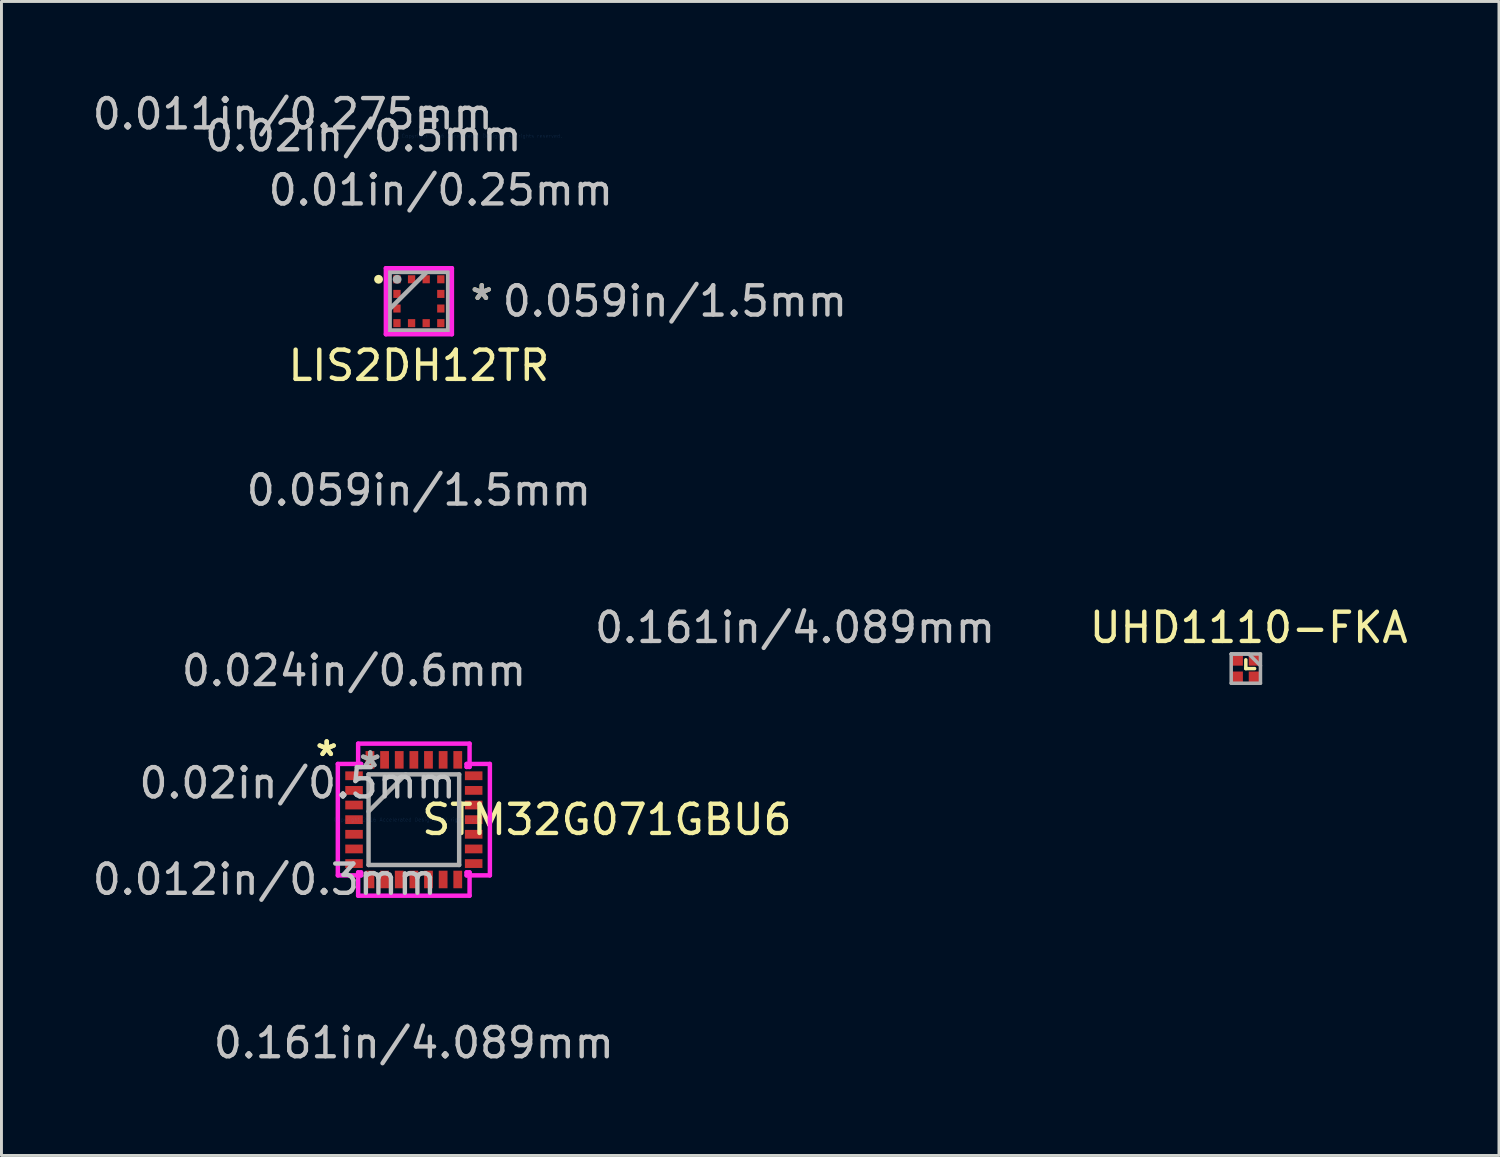
<source format=kicad_pcb>
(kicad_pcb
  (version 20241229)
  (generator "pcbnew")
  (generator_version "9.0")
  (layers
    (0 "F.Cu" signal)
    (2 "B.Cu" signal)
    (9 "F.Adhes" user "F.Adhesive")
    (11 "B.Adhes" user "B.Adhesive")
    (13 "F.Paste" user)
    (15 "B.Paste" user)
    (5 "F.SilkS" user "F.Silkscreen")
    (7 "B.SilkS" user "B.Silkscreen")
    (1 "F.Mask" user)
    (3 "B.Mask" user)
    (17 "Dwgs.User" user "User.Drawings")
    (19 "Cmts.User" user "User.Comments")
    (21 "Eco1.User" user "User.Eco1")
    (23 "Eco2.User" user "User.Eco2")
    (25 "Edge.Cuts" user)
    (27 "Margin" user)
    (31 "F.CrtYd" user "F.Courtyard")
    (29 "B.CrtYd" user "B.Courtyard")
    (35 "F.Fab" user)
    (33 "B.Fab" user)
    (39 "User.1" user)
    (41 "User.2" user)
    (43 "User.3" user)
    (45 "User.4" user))
  (footprint "LIS2DH12TR"
    (layer "F.Cu")
    (at 11.271 7.248)
    (property "Reference" "LIS2DH12TR" (at 0 2.2 0) (layer "F.SilkS") (effects (font (size 1 1) (thickness 0.15))))
    (attr through_hole)
    (fp_circle (center -1.379 -0.75) (end -1.303 -0.75) (stroke (width 0.152) (type solid)) (fill no) (layer "F.SilkS"))
    (fp_line (start -1.129 -1.129) (end 1.129 -1.129) (stroke (width 0.152) (type solid)) (layer "F.CrtYd"))
    (fp_line (start -1.129 1.129) (end -1.129 -1.129) (stroke (width 0.152) (type solid)) (layer "F.CrtYd"))
    (fp_line (start 1.129 -1.129) (end 1.129 1.129) (stroke (width 0.152) (type solid)) (layer "F.CrtYd"))
    (fp_line (start 1.129 1.129) (end -1.129 1.129) (stroke (width 0.152) (type solid)) (layer "F.CrtYd"))
    (fp_line (start -1 -1) (end -1 1) (stroke (width 0.152) (type solid)) (layer "F.Fab"))
    (fp_line (start -1 0.27) (end 0.27 -1) (stroke (width 0.152) (type solid)) (layer "F.Fab"))
    (fp_line (start -1 1) (end 1 1) (stroke (width 0.152) (type solid)) (layer "F.Fab"))
    (fp_line (start 1 -1) (end -1 -1) (stroke (width 0.152) (type solid)) (layer "F.Fab"))
    (fp_line (start 1 1) (end 1 -1) (stroke (width 0.152) (type solid)) (layer "F.Fab"))
    (fp_circle (center -0.744 -0.75) (end -0.668 -0.75) (stroke (width 0.152) (type solid)) (fill no) (layer "F.Fab"))
    (fp_text user "*" (at 2.15 0 0) (layer "F.SilkS") (effects (font (size 1 1) (thickness 0.15))))
    (fp_text user "0.059in/1.5mm" (at 8.753 0 0) (layer "Dwgs.User") (effects (font (size 1 1) (thickness 0.15))))
    (fp_text user "0.059in/1.5mm" (at 0 6.463 0) (layer "Dwgs.User") (effects (font (size 1 1) (thickness 0.15))))
    (fp_text user "0.011in/0.275mm" (at -4.313 -6.4 0) (layer "Dwgs.User") (effects (font (size 1 1) (thickness 0.15))))
    (fp_text user "0.02in/0.5mm" (at -1.898 -5.65 0) (layer "Dwgs.User") (effects (font (size 1 1) (thickness 0.15))))
    (fp_text user "0.01in/0.25mm" (at 0.75 -3.798 0) (layer "Dwgs.User") (effects (font (size 1 1) (thickness 0.15))))
    (fp_text user "Copyright 2016 Accelerated Designs. All rights reserved." (at 2.15 -5.65 0) (layer "Cmts.User") (effects (font (size 0.127 0.127) (thickness 0.002))))
    (fp_text user "*" (at 2.15 0 0) (layer "F.Fab") (effects (font (size 1 1) (thickness 0.15))))
    (pad "1" smd rect (at -0.75 -0.75) (size 0.25 0.275) (layers "F.Cu" "F.Mask" "F.Paste"))
    (pad "2" smd rect (at -0.75 -0.25) (size 0.25 0.275) (layers "F.Cu" "F.Mask" "F.Paste"))
    (pad "3" smd rect (at -0.75 0.25) (size 0.25 0.275) (layers "F.Cu" "F.Mask" "F.Paste"))
    (pad "4" smd rect (at -0.75 0.75) (size 0.25 0.275) (layers "F.Cu" "F.Mask" "F.Paste"))
    (pad "5" smd rect (at -0.25 0.75 90) (size 0.275 0.25) (layers "F.Cu" "F.Mask" "F.Paste"))
    (pad "6" smd rect (at 0.25 0.75 90) (size 0.275 0.25) (layers "F.Cu" "F.Mask" "F.Paste"))
    (pad "7" smd rect (at 0.75 0.75) (size 0.25 0.275) (layers "F.Cu" "F.Mask" "F.Paste"))
    (pad "8" smd rect (at 0.75 0.25) (size 0.25 0.275) (layers "F.Cu" "F.Mask" "F.Paste"))
    (pad "9" smd rect (at 0.75 -0.25) (size 0.25 0.275) (layers "F.Cu" "F.Mask" "F.Paste"))
    (pad "10" smd rect (at 0.75 -0.75) (size 0.25 0.275) (layers "F.Cu" "F.Mask" "F.Paste"))
    (pad "11" smd rect (at 0.25 -0.75 90) (size 0.275 0.25) (layers "F.Cu" "F.Mask" "F.Paste"))
    (pad "12" smd rect (at -0.25 -0.75 90) (size 0.275 0.25) (layers "F.Cu" "F.Mask" "F.Paste")))
  (footprint "STM32G071GBU6"
    (layer "F.Cu")
    (at 11.099 24.973)
    (property "Reference" "STM32G071GBU6" (at 6.6 0 0) (layer "F.SilkS") (effects (font (size 1 1) (thickness 0.15))))
    (attr through_hole)
    (fp_line (start -2.599 -1.905) (end -1.803 -1.905) (stroke (width 0.152) (type solid)) (layer "F.CrtYd"))
    (fp_line (start -2.599 1.905) (end -2.599 -1.905) (stroke (width 0.152) (type solid)) (layer "F.CrtYd"))
    (fp_line (start -1.905 -2.599) (end 1.905 -2.599) (stroke (width 0.152) (type solid)) (layer "F.CrtYd"))
    (fp_line (start -1.905 -1.803) (end -1.905 -2.599) (stroke (width 0.152) (type solid)) (layer "F.CrtYd"))
    (fp_line (start -1.905 1.803) (end -1.803 1.803) (stroke (width 0.152) (type solid)) (layer "F.CrtYd"))
    (fp_line (start -1.905 2.599) (end -1.905 1.803) (stroke (width 0.152) (type solid)) (layer "F.CrtYd"))
    (fp_line (start -1.803 -1.905) (end -1.803 -1.803) (stroke (width 0.152) (type solid)) (layer "F.CrtYd"))
    (fp_line (start -1.803 -1.803) (end -1.905 -1.803) (stroke (width 0.152) (type solid)) (layer "F.CrtYd"))
    (fp_line (start -1.803 1.803) (end -1.803 1.905) (stroke (width 0.152) (type solid)) (layer "F.CrtYd"))
    (fp_line (start -1.803 1.905) (end -2.599 1.905) (stroke (width 0.152) (type solid)) (layer "F.CrtYd"))
    (fp_line (start 1.803 -1.905) (end 2.599 -1.905) (stroke (width 0.152) (type solid)) (layer "F.CrtYd"))
    (fp_line (start 1.803 -1.803) (end 1.803 -1.905) (stroke (width 0.152) (type solid)) (layer "F.CrtYd"))
    (fp_line (start 1.803 1.803) (end 1.905 1.803) (stroke (width 0.152) (type solid)) (layer "F.CrtYd"))
    (fp_line (start 1.803 1.905) (end 1.803 1.803) (stroke (width 0.152) (type solid)) (layer "F.CrtYd"))
    (fp_line (start 1.905 -2.599) (end 1.905 -1.803) (stroke (width 0.152) (type solid)) (layer "F.CrtYd"))
    (fp_line (start 1.905 -1.803) (end 1.803 -1.803) (stroke (width 0.152) (type solid)) (layer "F.CrtYd"))
    (fp_line (start 1.905 1.803) (end 1.905 2.599) (stroke (width 0.152) (type solid)) (layer "F.CrtYd"))
    (fp_line (start 1.905 2.599) (end -1.905 2.599) (stroke (width 0.152) (type solid)) (layer "F.CrtYd"))
    (fp_line (start 2.599 -1.905) (end 2.599 1.905) (stroke (width 0.152) (type solid)) (layer "F.CrtYd"))
    (fp_line (start 2.599 1.905) (end 1.803 1.905) (stroke (width 0.152) (type solid)) (layer "F.CrtYd"))
    (fp_line (start -1.549 -1.549) (end -1.549 1.549) (stroke (width 0.152) (type solid)) (layer "F.Fab"))
    (fp_line (start -1.549 -0.279) (end -0.279 -1.549) (stroke (width 0.152) (type solid)) (layer "F.Fab"))
    (fp_line (start -1.549 1.549) (end 1.549 1.549) (stroke (width 0.152) (type solid)) (layer "F.Fab"))
    (fp_line (start 1.549 -1.549) (end -1.549 -1.549) (stroke (width 0.152) (type solid)) (layer "F.Fab"))
    (fp_line (start 1.549 1.549) (end 1.549 -1.549) (stroke (width 0.152) (type solid)) (layer "F.Fab"))
    (fp_text user "*" (at -2.98 -2.132 0) (layer "F.SilkS") (effects (font (size 1 1) (thickness 0.15))))
    (fp_text user "*" (at -2.98 -2.132 0) (layer "F.SilkS") (effects (font (size 1 1) (thickness 0.15))))
    (fp_text user "0.024in/0.6mm" (at -2.045 -5.093 0) (layer "Dwgs.User") (effects (font (size 1 1) (thickness 0.15))))
    (fp_text user "0.161in/4.089mm" (at 0 7.633 0) (layer "Dwgs.User") (effects (font (size 1 1) (thickness 0.15))))
    (fp_text user "0.161in/4.089mm" (at 13.033 -6.565 0) (layer "Dwgs.User") (effects (font (size 1 1) (thickness 0.15))))
    (fp_text user "0.02in/0.5mm" (at -3.973 -1.251 0) (layer "Dwgs.User") (effects (font (size 1 1) (thickness 0.15))))
    (fp_text user "0.012in/0.3mm" (at -5.093 2.045 0) (layer "Dwgs.User") (effects (font (size 1 1) (thickness 0.15))))
    (fp_text user "Copyright 2016 Accelerated Designs. All rights reserved." (at 0 0 0) (layer "Cmts.User") (effects (font (size 0.127 0.127) (thickness 0.002))))
    (fp_text user "*" (at -1.491 -1.751 0) (layer "F.Fab") (effects (font (size 1 1) (thickness 0.15))))
    (fp_text user "*" (at -1.491 -1.751 0) (layer "F.Fab") (effects (font (size 1 1) (thickness 0.15))))
    (pad "1" smd rect (at -2.045 -1.501 90) (size 0.3 0.6) (layers "F.Cu" "F.Mask" "F.Paste"))
    (pad "2" smd rect (at -2.045 -1.001 90) (size 0.3 0.6) (layers "F.Cu" "F.Mask" "F.Paste"))
    (pad "3" smd rect (at -2.045 -0.5 90) (size 0.3 0.6) (layers "F.Cu" "F.Mask" "F.Paste"))
    (pad "4" smd rect (at -2.045 0 90) (size 0.3 0.6) (layers "F.Cu" "F.Mask" "F.Paste"))
    (pad "5" smd rect (at -2.045 0.5 90) (size 0.3 0.6) (layers "F.Cu" "F.Mask" "F.Paste"))
    (pad "6" smd rect (at -2.045 1.001 90) (size 0.3 0.6) (layers "F.Cu" "F.Mask" "F.Paste"))
    (pad "7" smd rect (at -2.045 1.501 90) (size 0.3 0.6) (layers "F.Cu" "F.Mask" "F.Paste"))
    (pad "8" smd rect (at -1.501 2.045) (size 0.3 0.6) (layers "F.Cu" "F.Mask" "F.Paste"))
    (pad "9" smd rect (at -1.001 2.045) (size 0.3 0.6) (layers "F.Cu" "F.Mask" "F.Paste"))
    (pad "10" smd rect (at -0.5 2.045) (size 0.3 0.6) (layers "F.Cu" "F.Mask" "F.Paste"))
    (pad "11" smd rect (at 0 2.045) (size 0.3 0.6) (layers "F.Cu" "F.Mask" "F.Paste"))
    (pad "12" smd rect (at 0.5 2.045) (size 0.3 0.6) (layers "F.Cu" "F.Mask" "F.Paste"))
    (pad "13" smd rect (at 1.001 2.045) (size 0.3 0.6) (layers "F.Cu" "F.Mask" "F.Paste"))
    (pad "14" smd rect (at 1.501 2.045) (size 0.3 0.6) (layers "F.Cu" "F.Mask" "F.Paste"))
    (pad "15" smd rect (at 2.045 1.501 90) (size 0.3 0.6) (layers "F.Cu" "F.Mask" "F.Paste"))
    (pad "16" smd rect (at 2.045 1.001 90) (size 0.3 0.6) (layers "F.Cu" "F.Mask" "F.Paste"))
    (pad "17" smd rect (at 2.045 0.5 90) (size 0.3 0.6) (layers "F.Cu" "F.Mask" "F.Paste"))
    (pad "18" smd rect (at 2.045 0 90) (size 0.3 0.6) (layers "F.Cu" "F.Mask" "F.Paste"))
    (pad "19" smd rect (at 2.045 -0.5 90) (size 0.3 0.6) (layers "F.Cu" "F.Mask" "F.Paste"))
    (pad "20" smd rect (at 2.045 -1.001 90) (size 0.3 0.6) (layers "F.Cu" "F.Mask" "F.Paste"))
    (pad "21" smd rect (at 2.045 -1.501 90) (size 0.3 0.6) (layers "F.Cu" "F.Mask" "F.Paste"))
    (pad "22" smd rect (at 1.501 -2.045) (size 0.3 0.6) (layers "F.Cu" "F.Mask" "F.Paste"))
    (pad "23" smd rect (at 1.001 -2.045) (size 0.3 0.6) (layers "F.Cu" "F.Mask" "F.Paste"))
    (pad "24" smd rect (at 0.5 -2.045) (size 0.3 0.6) (layers "F.Cu" "F.Mask" "F.Paste"))
    (pad "25" smd rect (at 0 -2.045) (size 0.3 0.6) (layers "F.Cu" "F.Mask" "F.Paste"))
    (pad "26" smd rect (at -0.5 -2.045) (size 0.3 0.6) (layers "F.Cu" "F.Mask" "F.Paste"))
    (pad "27" smd rect (at -1.001 -2.045) (size 0.3 0.6) (layers "F.Cu" "F.Mask" "F.Paste"))
    (pad "28" smd rect (at -1.501 -2.045) (size 0.3 0.6) (layers "F.Cu" "F.Mask" "F.Paste")))
  (footprint "UHD1110-FKA"
    (layer "F.Cu")
    (at 39.643 17.908)
    (property "Reference" "UHD1110-FKA" (at 0 0.5 0) (layer "F.SilkS") (effects (font (size 1 1) (thickness 0.15))))
    (attr through_hole)
    (fp_line (start -0.1 1.6) (end -0.1 1.9) (stroke (width 0.12) (type solid)) (layer "F.SilkS"))
    (fp_line (start -0.1 1.9) (end 0.2 1.9) (stroke (width 0.12) (type solid)) (layer "F.SilkS"))
    (fp_line (start -0.6 1.4) (end -0.6 2.4) (stroke (width 0.12) (type solid)) (layer "F.Fab"))
    (fp_line (start -0.6 1.4) (end 0 1.4) (stroke (width 0.12) (type solid)) (layer "F.Fab"))
    (fp_line (start -0.6 2.4) (end 0.4 2.4) (stroke (width 0.12) (type solid)) (layer "F.Fab"))
    (fp_line (start 0 1.4) (end 0.4 1.8) (stroke (width 0.12) (type solid)) (layer "F.Fab"))
    (fp_line (start 0.4 1.4) (end -0.6 1.4) (stroke (width 0.12) (type solid)) (layer "F.Fab"))
    (fp_line (start 0.4 2.4) (end 0.4 1.4) (stroke (width 0.12) (type solid)) (layer "F.Fab"))
    (pad "1" smd rect (at 0.2 1.6) (size 0.4 0.4) (layers "F.Cu" "F.Mask" "F.Paste"))
    (pad "2" smd rect (at 0.2 2.2) (size 0.4 0.4) (layers "F.Cu" "F.Mask" "F.Paste"))
    (pad "3" smd rect (at -0.4 2.2) (size 0.4 0.4) (layers "F.Cu" "F.Mask" "F.Paste"))
    (pad "4" smd rect (at -0.4 1.6) (size 0.4 0.4) (layers "F.Cu" "F.Mask" "F.Paste")))
  (gr_rect
    (start -3 -3)
    (end 48.197 36.454)
    (stroke (width 0.1) (type default))
    (fill no)
    (layer "Edge.Cuts")))
</source>
